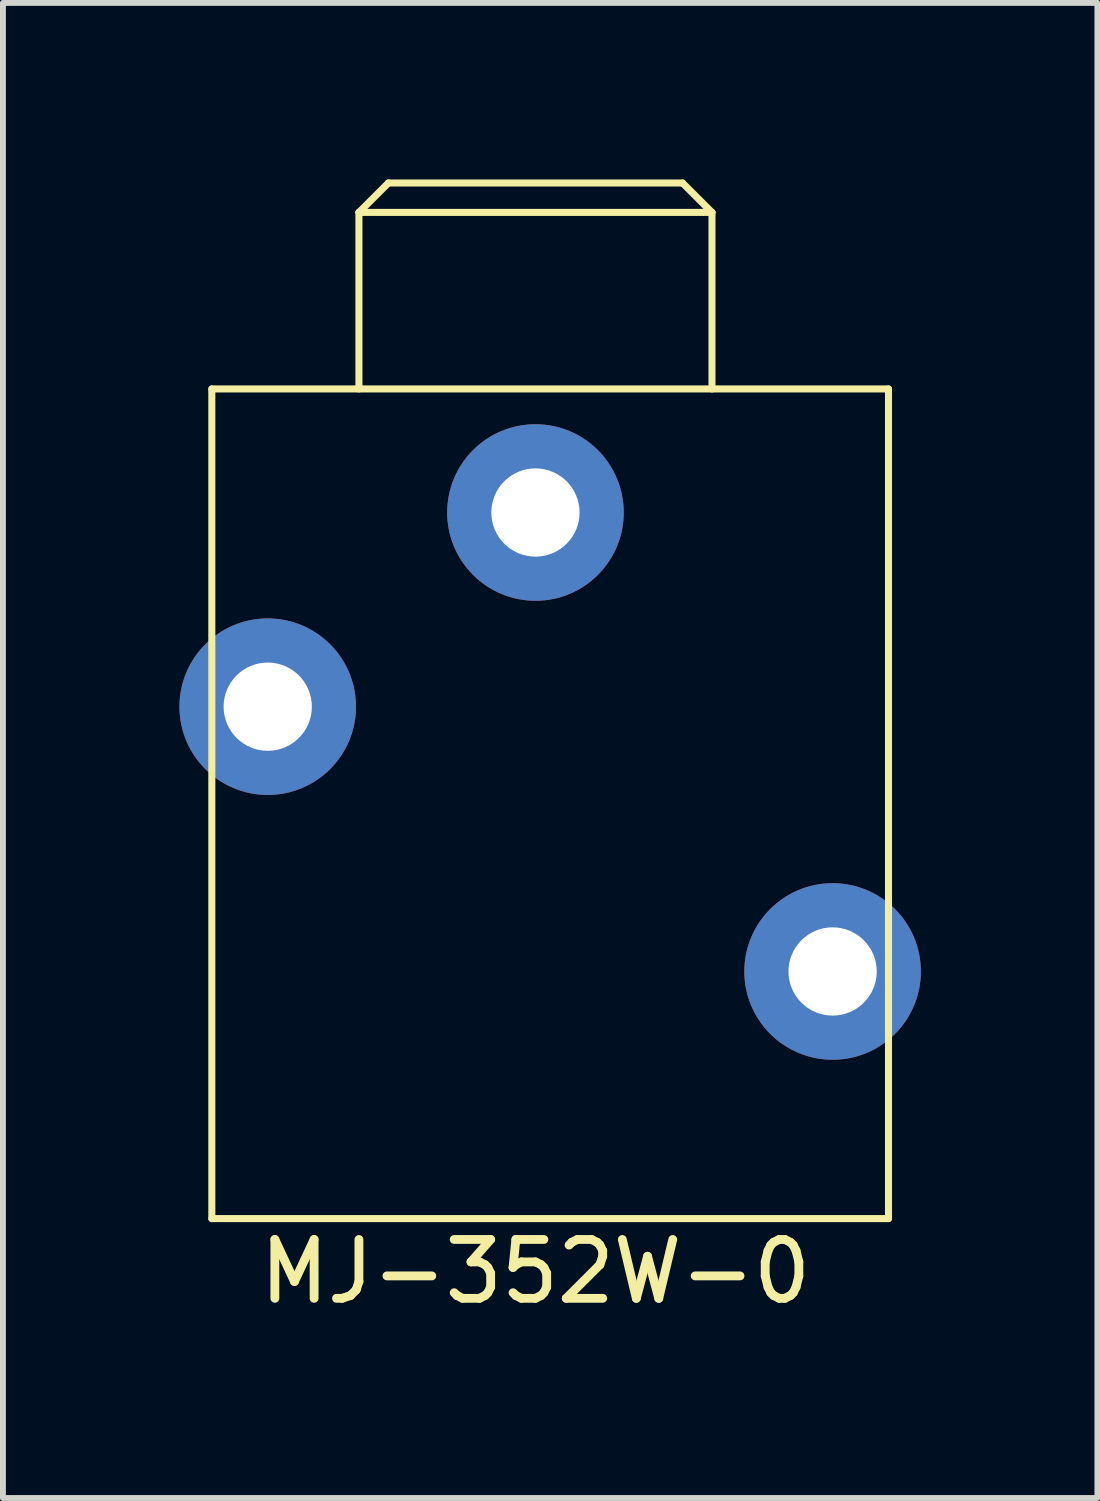
<source format=kicad_pcb>
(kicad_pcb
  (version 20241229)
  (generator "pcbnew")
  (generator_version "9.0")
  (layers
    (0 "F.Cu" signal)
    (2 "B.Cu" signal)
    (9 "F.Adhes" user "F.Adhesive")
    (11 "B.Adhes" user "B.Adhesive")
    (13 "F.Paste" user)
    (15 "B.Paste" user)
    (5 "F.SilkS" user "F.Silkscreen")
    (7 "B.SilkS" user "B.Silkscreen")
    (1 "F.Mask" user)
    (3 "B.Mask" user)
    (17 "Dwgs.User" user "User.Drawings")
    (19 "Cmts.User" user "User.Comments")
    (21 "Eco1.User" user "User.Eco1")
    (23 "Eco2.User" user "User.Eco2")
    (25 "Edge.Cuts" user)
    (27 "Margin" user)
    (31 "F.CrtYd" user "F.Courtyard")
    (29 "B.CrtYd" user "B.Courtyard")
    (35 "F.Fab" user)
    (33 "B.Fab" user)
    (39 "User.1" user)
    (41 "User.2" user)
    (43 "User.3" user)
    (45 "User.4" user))
  (footprint "MJ-352W-0"
    (layer "F.Cu")
    (at 6.05 3.56)
    (property "Reference" "MJ-352W-0" (at 0 15 0) (layer "F.SilkS") (effects (font (size 1 1) (thickness 0.15))))
    (attr through_hole)
    (fp_line (start -5.5 0) (end 6 0) (stroke (width 0.12) (type solid)) (layer "F.SilkS"))
    (fp_line (start -5.5 14.1) (end -5.5 0) (stroke (width 0.12) (type solid)) (layer "F.SilkS"))
    (fp_line (start -3 -3) (end -2.5 -3.5) (stroke (width 0.12) (type solid)) (layer "F.SilkS"))
    (fp_line (start -3 -3) (end 3 -3) (stroke (width 0.12) (type solid)) (layer "F.SilkS"))
    (fp_line (start -3 0) (end -3 -3) (stroke (width 0.12) (type solid)) (layer "F.SilkS"))
    (fp_line (start -2.5 -3.5) (end 2.5 -3.5) (stroke (width 0.12) (type solid)) (layer "F.SilkS"))
    (fp_line (start 2.5 -3.5) (end 3 -3) (stroke (width 0.12) (type solid)) (layer "F.SilkS"))
    (fp_line (start 3 -3) (end 3 0) (stroke (width 0.12) (type solid)) (layer "F.SilkS"))
    (fp_line (start 6 0) (end 6 14.1) (stroke (width 0.12) (type solid)) (layer "F.SilkS"))
    (fp_line (start 6 14.1) (end -5.5 14.1) (stroke (width 0.12) (type solid)) (layer "F.SilkS"))
    (pad "R" thru_hole oval (at 5.05 9.9) (size 3 3) (drill 1.5) (layers "*.Cu" "*.Mask"))
    (pad "S" thru_hole oval (at 0 2.1) (size 3 3) (drill 1.5) (layers "*.Cu" "*.Mask"))
    (pad "T" thru_hole oval (at -4.55 5.4) (size 3 3) (drill 1.5) (layers "*.Cu" "*.Mask")))
  (gr_rect
    (start -3 -3)
    (end 15.6 22.408)
    (stroke (width 0.1) (type default))
    (fill no)
    (layer "Edge.Cuts")))
</source>
